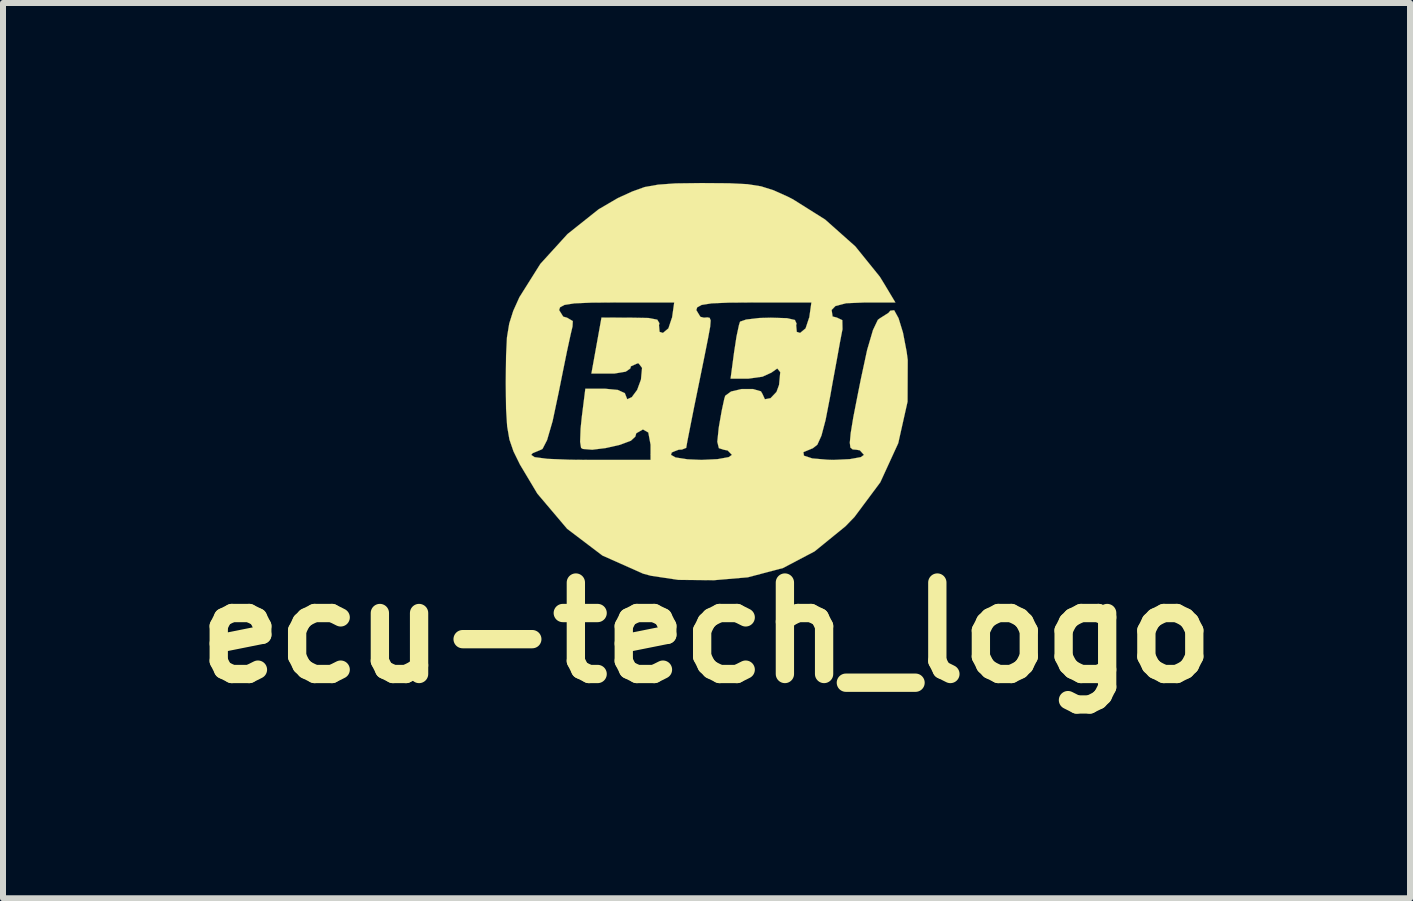
<source format=kicad_pcb>
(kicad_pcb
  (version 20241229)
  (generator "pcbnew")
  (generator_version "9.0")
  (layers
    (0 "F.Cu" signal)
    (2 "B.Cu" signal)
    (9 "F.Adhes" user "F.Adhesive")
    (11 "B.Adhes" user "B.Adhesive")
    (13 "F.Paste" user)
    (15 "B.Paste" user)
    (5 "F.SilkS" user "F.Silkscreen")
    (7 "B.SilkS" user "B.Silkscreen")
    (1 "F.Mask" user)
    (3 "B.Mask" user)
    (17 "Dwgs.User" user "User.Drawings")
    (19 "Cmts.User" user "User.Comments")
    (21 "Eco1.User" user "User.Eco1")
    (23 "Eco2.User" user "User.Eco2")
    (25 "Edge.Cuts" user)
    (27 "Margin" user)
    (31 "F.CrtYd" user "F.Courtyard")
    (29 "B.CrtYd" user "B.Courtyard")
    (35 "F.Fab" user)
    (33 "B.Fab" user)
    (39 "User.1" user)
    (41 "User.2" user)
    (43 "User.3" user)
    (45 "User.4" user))
  (footprint "ecu-tech_logo"
    (layer "F.Cu")
    (at 8.723 3.344)
    (property "Reference" "ecu-tech_logo" (at 0 4.148 0) (layer "F.SilkS") (effects (font (size 1.524 1.524) (thickness 0.305))))
    (attr through_hole)
    (fp_poly (pts (xy 3.353 -0.396) (xy 3.35 0.3) (xy 3.195 0.991) (xy 2.896 1.643) (xy 2.466 2.22) (xy 2.314 2.377) (xy 1.801 2.794) (xy 1.275 3.071) (xy 0.688 3.226) (xy 0.127 3.274) (xy -0.467 3.269) (xy -0.927 3.2) (xy -1.057 3.165) (xy -1.735 2.863) (xy -2.322 2.418) (xy -2.819 1.831) (xy -3.109 1.346) (xy -3.216 1.128) (xy -3.284 0.93) (xy -3.322 0.709) (xy -3.34 0.419) (xy -3.345 0.01) (xy -3.345 -0.043) (xy -3.34 -0.467) (xy -3.325 -0.772) (xy -3.287 -1.003) (xy -3.221 -1.212) (xy -3.117 -1.443) (xy -3.101 -1.468) (xy -2.769 -1.996) (xy -2.316 -2.494) (xy -1.798 -2.906) (xy -1.476 -3.094) (xy -1.237 -3.203) (xy -1.031 -3.277) (xy -0.805 -3.317) (xy -0.516 -3.338) (xy -0.109 -3.343) (xy -0.041 -3.343) (xy 0.378 -3.34) (xy 0.681 -3.325) (xy 0.909 -3.289) (xy 1.118 -3.223) (xy 1.354 -3.117) (xy 1.44 -3.073) (xy 1.976 -2.736) (xy 2.479 -2.289) (xy 2.888 -1.783) (xy 2.957 -1.671) (xy 3.147 -1.354) (xy 2.639 -1.354) (xy 2.327 -1.341) (xy 2.149 -1.295) (xy 2.085 -1.229) (xy 2.101 -1.12) (xy 2.172 -1.102) (xy 2.263 -1.059) (xy 2.266 -0.907) (xy 2.258 -0.869) (xy 2.223 -0.686) (xy 2.169 -0.386) (xy 2.101 -0.018) (xy 2.062 0.203) (xy 1.984 0.605) (xy 1.915 0.866) (xy 1.847 1.016) (xy 1.77 1.077) (xy 1.76 1.079) (xy 1.748 1.085) (xy 1.748 -1.354) (xy 0.79 -1.354) (xy 0.366 -1.351) (xy 0.084 -1.339) (xy -0.081 -1.313) (xy -0.155 -1.273) (xy -0.17 -1.227) (xy -0.102 -1.115) (xy -0.043 -1.1) (xy 0.015 -1.105) (xy 0.053 -1.097) (xy 0.069 -1.054) (xy 0.061 -0.95) (xy 0.025 -0.754) (xy -0.036 -0.447) (xy -0.127 0) (xy -0.208 0.396) (xy -0.274 0.729) (xy -0.32 0.963) (xy -0.338 1.067) (xy -0.338 1.069) (xy -0.409 1.097) (xy -0.465 1.1) (xy -0.538 1.128) (xy -0.538 -1.354) (xy -1.496 -1.354) (xy -1.92 -1.351) (xy -2.202 -1.339) (xy -2.367 -1.313) (xy -2.441 -1.273) (xy -2.456 -1.227) (xy -2.388 -1.118) (xy -2.324 -1.1) (xy -2.228 -1.044) (xy -2.233 -0.953) (xy -2.266 -0.813) (xy -2.324 -0.546) (xy -2.395 -0.196) (xy -2.464 0.147) (xy -2.565 0.625) (xy -2.657 0.94) (xy -2.733 1.087) (xy -2.758 1.1) (xy -2.898 1.158) (xy -2.921 1.186) (xy -2.865 1.224) (xy -2.649 1.252) (xy -2.278 1.267) (xy -1.953 1.27) (xy -0.932 1.27) (xy -0.932 1.016) (xy -0.97 0.813) (xy -1.059 0.762) (xy -1.171 0.826) (xy -1.186 0.881) (xy -1.26 0.95) (xy -1.445 1.019) (xy -1.679 1.072) (xy -1.905 1.1) (xy -2.062 1.087) (xy -2.09 1.069) (xy -2.106 0.968) (xy -2.098 0.749) (xy -2.078 0.554) (xy -2.019 0.084) (xy -1.687 0.084) (xy -1.478 0.104) (xy -1.361 0.157) (xy -1.354 0.175) (xy -1.321 0.259) (xy -1.245 0.224) (xy -1.156 0.104) (xy -1.092 -0.069) (xy -1.092 -0.071) (xy -1.074 -0.264) (xy -1.13 -0.338) (xy -1.153 -0.338) (xy -1.26 -0.29) (xy -1.27 -0.254) (xy -1.346 -0.201) (xy -1.532 -0.17) (xy -1.595 -0.17) (xy -1.918 -0.17) (xy -1.834 -0.635) (xy -1.75 -1.102) (xy -1.247 -1.1) (xy -0.965 -1.095) (xy -0.82 -1.067) (xy -0.785 -1.008) (xy -0.792 -0.973) (xy -0.782 -0.864) (xy -0.726 -0.846) (xy -0.635 -0.922) (xy -0.577 -1.097) (xy -0.574 -1.1) (xy -0.538 -1.354) (xy -0.538 1.128) (xy -0.579 1.146) (xy -0.592 1.186) (xy -0.516 1.229) (xy -0.315 1.26) (xy -0.084 1.27) (xy 0.185 1.257) (xy 0.368 1.224) (xy 0.424 1.186) (xy 0.353 1.113) (xy 0.287 1.1) (xy 0.206 1.074) (xy 0.18 0.968) (xy 0.203 0.742) (xy 0.208 0.709) (xy 0.254 0.447) (xy 0.297 0.249) (xy 0.312 0.201) (xy 0.409 0.13) (xy 0.584 0.089) (xy 0.775 0.089) (xy 0.907 0.127) (xy 0.932 0.17) (xy 0.973 0.259) (xy 1.067 0.241) (xy 1.166 0.137) (xy 1.209 0.02) (xy 1.229 -0.193) (xy 1.179 -0.254) (xy 1.082 -0.185) (xy 0.932 -0.117) (xy 0.709 -0.086) (xy 0.691 -0.084) (xy 0.401 -0.084) (xy 0.46 -0.526) (xy 0.5 -0.787) (xy 0.541 -0.978) (xy 0.559 -1.034) (xy 0.66 -1.069) (xy 0.879 -1.095) (xy 1.072 -1.1) (xy 1.341 -1.092) (xy 1.473 -1.062) (xy 1.501 -1.001) (xy 1.494 -0.975) (xy 1.504 -0.864) (xy 1.56 -0.846) (xy 1.651 -0.922) (xy 1.709 -1.097) (xy 1.712 -1.1) (xy 1.748 -1.354) (xy 1.748 1.085) (xy 1.615 1.14) (xy 1.623 1.199) (xy 1.763 1.245) (xy 2.019 1.267) (xy 2.116 1.27) (xy 2.388 1.257) (xy 2.57 1.224) (xy 2.624 1.186) (xy 2.555 1.11) (xy 2.497 1.1) (xy 2.436 1.095) (xy 2.398 1.064) (xy 2.388 0.983) (xy 2.403 0.823) (xy 2.446 0.561) (xy 2.522 0.173) (xy 2.573 -0.081) (xy 2.677 -0.564) (xy 2.774 -0.894) (xy 2.855 -1.064) (xy 2.885 -1.087) (xy 3.033 -1.181) (xy 3.063 -1.217) (xy 3.127 -1.224) (xy 3.2 -1.092) (xy 3.274 -0.851) (xy 3.335 -0.533) (xy 3.353 -0.396)) (stroke (width 0.003) (type solid)) (fill yes) (layer "F.SilkS")))
  (gr_rect
    (start -3 -3)
    (end 20.446 11.918)
    (stroke (width 0.1) (type default))
    (fill no)
    (layer "Edge.Cuts")))
</source>
